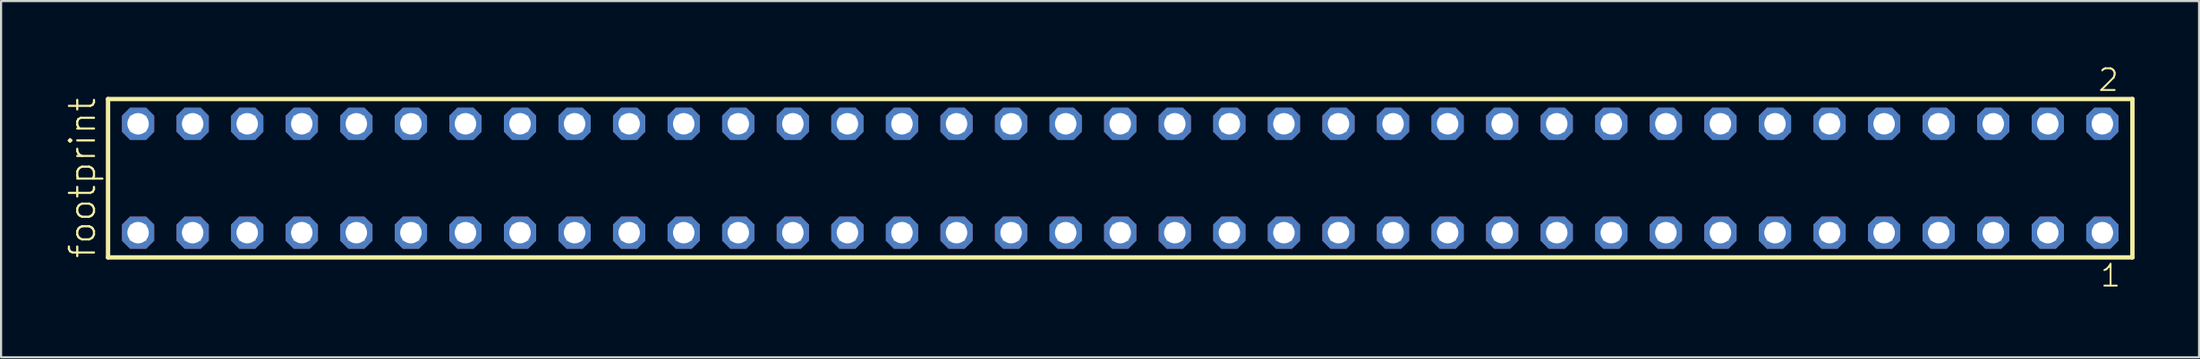
<source format=kicad_pcb>
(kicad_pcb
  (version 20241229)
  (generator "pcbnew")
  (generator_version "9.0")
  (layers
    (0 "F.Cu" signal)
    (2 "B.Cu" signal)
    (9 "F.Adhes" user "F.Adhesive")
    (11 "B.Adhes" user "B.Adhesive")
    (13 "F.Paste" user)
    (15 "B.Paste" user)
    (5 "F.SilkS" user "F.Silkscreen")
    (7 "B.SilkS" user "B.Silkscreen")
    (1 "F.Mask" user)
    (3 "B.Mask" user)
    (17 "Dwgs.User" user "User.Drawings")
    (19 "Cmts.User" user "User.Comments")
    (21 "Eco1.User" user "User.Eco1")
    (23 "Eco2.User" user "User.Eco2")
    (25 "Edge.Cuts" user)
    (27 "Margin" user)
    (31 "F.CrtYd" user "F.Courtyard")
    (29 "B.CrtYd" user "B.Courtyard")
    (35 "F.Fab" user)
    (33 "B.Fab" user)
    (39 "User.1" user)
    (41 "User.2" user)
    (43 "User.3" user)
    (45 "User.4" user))
  (footprint "footprint"
    (layer "F.Cu")
    (at 49.098 5.265)
    (property "Reference" "footprint" (at -47.625 3.81 90) (layer "F.SilkS") (effects (font (size 1.168 1.168) (thickness 0.102)) (justify left bottom)))
    (fp_line (start -47.119 -3.695) (end 47.119 -3.695) (stroke (width 0.203) (type solid)) (layer "F.SilkS"))
    (fp_line (start -47.119 3.695) (end -47.119 -3.695) (stroke (width 0.203) (type solid)) (layer "F.SilkS"))
    (fp_line (start 47.119 -3.695) (end 47.119 3.695) (stroke (width 0.203) (type solid)) (layer "F.SilkS"))
    (fp_line (start 47.119 3.695) (end -47.119 3.695) (stroke (width 0.203) (type solid)) (layer "F.SilkS"))
    (fp_poly (pts (xy -46.07 -2.19) (xy -45.37 -2.19) (xy -45.37 -2.89) (xy -46.07 -2.89)) (stroke (width 0.1) (type solid)) (fill no) (layer "F.Fab"))
    (fp_poly (pts (xy -46.07 2.89) (xy -45.37 2.89) (xy -45.37 2.19) (xy -46.07 2.19)) (stroke (width 0.1) (type solid)) (fill no) (layer "F.Fab"))
    (fp_poly (pts (xy -43.53 -2.19) (xy -42.83 -2.19) (xy -42.83 -2.89) (xy -43.53 -2.89)) (stroke (width 0.1) (type solid)) (fill no) (layer "F.Fab"))
    (fp_poly (pts (xy -43.53 2.89) (xy -42.83 2.89) (xy -42.83 2.19) (xy -43.53 2.19)) (stroke (width 0.1) (type solid)) (fill no) (layer "F.Fab"))
    (fp_poly (pts (xy -40.99 -2.19) (xy -40.29 -2.19) (xy -40.29 -2.89) (xy -40.99 -2.89)) (stroke (width 0.1) (type solid)) (fill no) (layer "F.Fab"))
    (fp_poly (pts (xy -40.99 2.89) (xy -40.29 2.89) (xy -40.29 2.19) (xy -40.99 2.19)) (stroke (width 0.1) (type solid)) (fill no) (layer "F.Fab"))
    (fp_poly (pts (xy -38.45 -2.19) (xy -37.75 -2.19) (xy -37.75 -2.89) (xy -38.45 -2.89)) (stroke (width 0.1) (type solid)) (fill no) (layer "F.Fab"))
    (fp_poly (pts (xy -38.45 2.89) (xy -37.75 2.89) (xy -37.75 2.19) (xy -38.45 2.19)) (stroke (width 0.1) (type solid)) (fill no) (layer "F.Fab"))
    (fp_poly (pts (xy -35.91 -2.19) (xy -35.21 -2.19) (xy -35.21 -2.89) (xy -35.91 -2.89)) (stroke (width 0.1) (type solid)) (fill no) (layer "F.Fab"))
    (fp_poly (pts (xy -35.91 2.89) (xy -35.21 2.89) (xy -35.21 2.19) (xy -35.91 2.19)) (stroke (width 0.1) (type solid)) (fill no) (layer "F.Fab"))
    (fp_poly (pts (xy -33.37 -2.19) (xy -32.67 -2.19) (xy -32.67 -2.89) (xy -33.37 -2.89)) (stroke (width 0.1) (type solid)) (fill no) (layer "F.Fab"))
    (fp_poly (pts (xy -33.37 2.89) (xy -32.67 2.89) (xy -32.67 2.19) (xy -33.37 2.19)) (stroke (width 0.1) (type solid)) (fill no) (layer "F.Fab"))
    (fp_poly (pts (xy -30.83 -2.19) (xy -30.13 -2.19) (xy -30.13 -2.89) (xy -30.83 -2.89)) (stroke (width 0.1) (type solid)) (fill no) (layer "F.Fab"))
    (fp_poly (pts (xy -30.83 2.89) (xy -30.13 2.89) (xy -30.13 2.19) (xy -30.83 2.19)) (stroke (width 0.1) (type solid)) (fill no) (layer "F.Fab"))
    (fp_poly (pts (xy -28.29 -2.19) (xy -27.59 -2.19) (xy -27.59 -2.89) (xy -28.29 -2.89)) (stroke (width 0.1) (type solid)) (fill no) (layer "F.Fab"))
    (fp_poly (pts (xy -28.29 2.89) (xy -27.59 2.89) (xy -27.59 2.19) (xy -28.29 2.19)) (stroke (width 0.1) (type solid)) (fill no) (layer "F.Fab"))
    (fp_poly (pts (xy -25.75 -2.19) (xy -25.05 -2.19) (xy -25.05 -2.89) (xy -25.75 -2.89)) (stroke (width 0.1) (type solid)) (fill no) (layer "F.Fab"))
    (fp_poly (pts (xy -25.75 2.89) (xy -25.05 2.89) (xy -25.05 2.19) (xy -25.75 2.19)) (stroke (width 0.1) (type solid)) (fill no) (layer "F.Fab"))
    (fp_poly (pts (xy -23.21 -2.19) (xy -22.51 -2.19) (xy -22.51 -2.89) (xy -23.21 -2.89)) (stroke (width 0.1) (type solid)) (fill no) (layer "F.Fab"))
    (fp_poly (pts (xy -23.21 2.89) (xy -22.51 2.89) (xy -22.51 2.19) (xy -23.21 2.19)) (stroke (width 0.1) (type solid)) (fill no) (layer "F.Fab"))
    (fp_poly (pts (xy -20.67 -2.19) (xy -19.97 -2.19) (xy -19.97 -2.89) (xy -20.67 -2.89)) (stroke (width 0.1) (type solid)) (fill no) (layer "F.Fab"))
    (fp_poly (pts (xy -20.67 2.89) (xy -19.97 2.89) (xy -19.97 2.19) (xy -20.67 2.19)) (stroke (width 0.1) (type solid)) (fill no) (layer "F.Fab"))
    (fp_poly (pts (xy -18.13 -2.19) (xy -17.43 -2.19) (xy -17.43 -2.89) (xy -18.13 -2.89)) (stroke (width 0.1) (type solid)) (fill no) (layer "F.Fab"))
    (fp_poly (pts (xy -18.13 2.89) (xy -17.43 2.89) (xy -17.43 2.19) (xy -18.13 2.19)) (stroke (width 0.1) (type solid)) (fill no) (layer "F.Fab"))
    (fp_poly (pts (xy -15.59 -2.19) (xy -14.89 -2.19) (xy -14.89 -2.89) (xy -15.59 -2.89)) (stroke (width 0.1) (type solid)) (fill no) (layer "F.Fab"))
    (fp_poly (pts (xy -15.59 2.89) (xy -14.89 2.89) (xy -14.89 2.19) (xy -15.59 2.19)) (stroke (width 0.1) (type solid)) (fill no) (layer "F.Fab"))
    (fp_poly (pts (xy -13.05 -2.19) (xy -12.35 -2.19) (xy -12.35 -2.89) (xy -13.05 -2.89)) (stroke (width 0.1) (type solid)) (fill no) (layer "F.Fab"))
    (fp_poly (pts (xy -13.05 2.89) (xy -12.35 2.89) (xy -12.35 2.19) (xy -13.05 2.19)) (stroke (width 0.1) (type solid)) (fill no) (layer "F.Fab"))
    (fp_poly (pts (xy -10.51 -2.19) (xy -9.81 -2.19) (xy -9.81 -2.89) (xy -10.51 -2.89)) (stroke (width 0.1) (type solid)) (fill no) (layer "F.Fab"))
    (fp_poly (pts (xy -10.51 2.89) (xy -9.81 2.89) (xy -9.81 2.19) (xy -10.51 2.19)) (stroke (width 0.1) (type solid)) (fill no) (layer "F.Fab"))
    (fp_poly (pts (xy -7.97 -2.19) (xy -7.27 -2.19) (xy -7.27 -2.89) (xy -7.97 -2.89)) (stroke (width 0.1) (type solid)) (fill no) (layer "F.Fab"))
    (fp_poly (pts (xy -7.97 2.89) (xy -7.27 2.89) (xy -7.27 2.19) (xy -7.97 2.19)) (stroke (width 0.1) (type solid)) (fill no) (layer "F.Fab"))
    (fp_poly (pts (xy -5.43 -2.19) (xy -4.73 -2.19) (xy -4.73 -2.89) (xy -5.43 -2.89)) (stroke (width 0.1) (type solid)) (fill no) (layer "F.Fab"))
    (fp_poly (pts (xy -5.43 2.89) (xy -4.73 2.89) (xy -4.73 2.19) (xy -5.43 2.19)) (stroke (width 0.1) (type solid)) (fill no) (layer "F.Fab"))
    (fp_poly (pts (xy -2.89 -2.19) (xy -2.19 -2.19) (xy -2.19 -2.89) (xy -2.89 -2.89)) (stroke (width 0.1) (type solid)) (fill no) (layer "F.Fab"))
    (fp_poly (pts (xy -2.89 2.89) (xy -2.19 2.89) (xy -2.19 2.19) (xy -2.89 2.19)) (stroke (width 0.1) (type solid)) (fill no) (layer "F.Fab"))
    (fp_poly (pts (xy -0.35 -2.19) (xy 0.35 -2.19) (xy 0.35 -2.89) (xy -0.35 -2.89)) (stroke (width 0.1) (type solid)) (fill no) (layer "F.Fab"))
    (fp_poly (pts (xy -0.35 2.89) (xy 0.35 2.89) (xy 0.35 2.19) (xy -0.35 2.19)) (stroke (width 0.1) (type solid)) (fill no) (layer "F.Fab"))
    (fp_poly (pts (xy 2.19 -2.19) (xy 2.89 -2.19) (xy 2.89 -2.89) (xy 2.19 -2.89)) (stroke (width 0.1) (type solid)) (fill no) (layer "F.Fab"))
    (fp_poly (pts (xy 2.19 2.89) (xy 2.89 2.89) (xy 2.89 2.19) (xy 2.19 2.19)) (stroke (width 0.1) (type solid)) (fill no) (layer "F.Fab"))
    (fp_poly (pts (xy 4.73 -2.19) (xy 5.43 -2.19) (xy 5.43 -2.89) (xy 4.73 -2.89)) (stroke (width 0.1) (type solid)) (fill no) (layer "F.Fab"))
    (fp_poly (pts (xy 4.73 2.89) (xy 5.43 2.89) (xy 5.43 2.19) (xy 4.73 2.19)) (stroke (width 0.1) (type solid)) (fill no) (layer "F.Fab"))
    (fp_poly (pts (xy 7.27 -2.19) (xy 7.97 -2.19) (xy 7.97 -2.89) (xy 7.27 -2.89)) (stroke (width 0.1) (type solid)) (fill no) (layer "F.Fab"))
    (fp_poly (pts (xy 7.27 2.89) (xy 7.97 2.89) (xy 7.97 2.19) (xy 7.27 2.19)) (stroke (width 0.1) (type solid)) (fill no) (layer "F.Fab"))
    (fp_poly (pts (xy 9.81 -2.19) (xy 10.51 -2.19) (xy 10.51 -2.89) (xy 9.81 -2.89)) (stroke (width 0.1) (type solid)) (fill no) (layer "F.Fab"))
    (fp_poly (pts (xy 9.81 2.89) (xy 10.51 2.89) (xy 10.51 2.19) (xy 9.81 2.19)) (stroke (width 0.1) (type solid)) (fill no) (layer "F.Fab"))
    (fp_poly (pts (xy 12.35 -2.19) (xy 13.05 -2.19) (xy 13.05 -2.89) (xy 12.35 -2.89)) (stroke (width 0.1) (type solid)) (fill no) (layer "F.Fab"))
    (fp_poly (pts (xy 12.35 2.89) (xy 13.05 2.89) (xy 13.05 2.19) (xy 12.35 2.19)) (stroke (width 0.1) (type solid)) (fill no) (layer "F.Fab"))
    (fp_poly (pts (xy 14.89 -2.19) (xy 15.59 -2.19) (xy 15.59 -2.89) (xy 14.89 -2.89)) (stroke (width 0.1) (type solid)) (fill no) (layer "F.Fab"))
    (fp_poly (pts (xy 14.89 2.89) (xy 15.59 2.89) (xy 15.59 2.19) (xy 14.89 2.19)) (stroke (width 0.1) (type solid)) (fill no) (layer "F.Fab"))
    (fp_poly (pts (xy 17.43 -2.19) (xy 18.13 -2.19) (xy 18.13 -2.89) (xy 17.43 -2.89)) (stroke (width 0.1) (type solid)) (fill no) (layer "F.Fab"))
    (fp_poly (pts (xy 17.43 2.89) (xy 18.13 2.89) (xy 18.13 2.19) (xy 17.43 2.19)) (stroke (width 0.1) (type solid)) (fill no) (layer "F.Fab"))
    (fp_poly (pts (xy 19.97 -2.19) (xy 20.67 -2.19) (xy 20.67 -2.89) (xy 19.97 -2.89)) (stroke (width 0.1) (type solid)) (fill no) (layer "F.Fab"))
    (fp_poly (pts (xy 19.97 2.89) (xy 20.67 2.89) (xy 20.67 2.19) (xy 19.97 2.19)) (stroke (width 0.1) (type solid)) (fill no) (layer "F.Fab"))
    (fp_poly (pts (xy 22.51 -2.19) (xy 23.21 -2.19) (xy 23.21 -2.89) (xy 22.51 -2.89)) (stroke (width 0.1) (type solid)) (fill no) (layer "F.Fab"))
    (fp_poly (pts (xy 22.51 2.89) (xy 23.21 2.89) (xy 23.21 2.19) (xy 22.51 2.19)) (stroke (width 0.1) (type solid)) (fill no) (layer "F.Fab"))
    (fp_poly (pts (xy 25.05 -2.19) (xy 25.75 -2.19) (xy 25.75 -2.89) (xy 25.05 -2.89)) (stroke (width 0.1) (type solid)) (fill no) (layer "F.Fab"))
    (fp_poly (pts (xy 25.05 2.89) (xy 25.75 2.89) (xy 25.75 2.19) (xy 25.05 2.19)) (stroke (width 0.1) (type solid)) (fill no) (layer "F.Fab"))
    (fp_poly (pts (xy 27.59 -2.19) (xy 28.29 -2.19) (xy 28.29 -2.89) (xy 27.59 -2.89)) (stroke (width 0.1) (type solid)) (fill no) (layer "F.Fab"))
    (fp_poly (pts (xy 27.59 2.89) (xy 28.29 2.89) (xy 28.29 2.19) (xy 27.59 2.19)) (stroke (width 0.1) (type solid)) (fill no) (layer "F.Fab"))
    (fp_poly (pts (xy 30.13 -2.19) (xy 30.83 -2.19) (xy 30.83 -2.89) (xy 30.13 -2.89)) (stroke (width 0.1) (type solid)) (fill no) (layer "F.Fab"))
    (fp_poly (pts (xy 30.13 2.89) (xy 30.83 2.89) (xy 30.83 2.19) (xy 30.13 2.19)) (stroke (width 0.1) (type solid)) (fill no) (layer "F.Fab"))
    (fp_poly (pts (xy 32.67 -2.19) (xy 33.37 -2.19) (xy 33.37 -2.89) (xy 32.67 -2.89)) (stroke (width 0.1) (type solid)) (fill no) (layer "F.Fab"))
    (fp_poly (pts (xy 32.67 2.89) (xy 33.37 2.89) (xy 33.37 2.19) (xy 32.67 2.19)) (stroke (width 0.1) (type solid)) (fill no) (layer "F.Fab"))
    (fp_poly (pts (xy 35.21 -2.19) (xy 35.91 -2.19) (xy 35.91 -2.89) (xy 35.21 -2.89)) (stroke (width 0.1) (type solid)) (fill no) (layer "F.Fab"))
    (fp_poly (pts (xy 35.21 2.89) (xy 35.91 2.89) (xy 35.91 2.19) (xy 35.21 2.19)) (stroke (width 0.1) (type solid)) (fill no) (layer "F.Fab"))
    (fp_poly (pts (xy 37.75 -2.19) (xy 38.45 -2.19) (xy 38.45 -2.89) (xy 37.75 -2.89)) (stroke (width 0.1) (type solid)) (fill no) (layer "F.Fab"))
    (fp_poly (pts (xy 37.75 2.89) (xy 38.45 2.89) (xy 38.45 2.19) (xy 37.75 2.19)) (stroke (width 0.1) (type solid)) (fill no) (layer "F.Fab"))
    (fp_poly (pts (xy 40.29 -2.19) (xy 40.99 -2.19) (xy 40.99 -2.89) (xy 40.29 -2.89)) (stroke (width 0.1) (type solid)) (fill no) (layer "F.Fab"))
    (fp_poly (pts (xy 40.29 2.89) (xy 40.99 2.89) (xy 40.99 2.19) (xy 40.29 2.19)) (stroke (width 0.1) (type solid)) (fill no) (layer "F.Fab"))
    (fp_poly (pts (xy 42.83 -2.19) (xy 43.53 -2.19) (xy 43.53 -2.89) (xy 42.83 -2.89)) (stroke (width 0.1) (type solid)) (fill no) (layer "F.Fab"))
    (fp_poly (pts (xy 42.83 2.89) (xy 43.53 2.89) (xy 43.53 2.19) (xy 42.83 2.19)) (stroke (width 0.1) (type solid)) (fill no) (layer "F.Fab"))
    (fp_poly (pts (xy 45.37 -2.19) (xy 46.07 -2.19) (xy 46.07 -2.89) (xy 45.37 -2.89)) (stroke (width 0.1) (type solid)) (fill no) (layer "F.Fab"))
    (fp_poly (pts (xy 45.37 2.89) (xy 46.07 2.89) (xy 46.07 2.19) (xy 45.37 2.19)) (stroke (width 0.1) (type solid)) (fill no) (layer "F.Fab"))
    (fp_text user "1" (at 45.562 5.138 0) (layer "F.SilkS") (effects (font (size 1.012 1.012) (thickness 0.088)) (justify left bottom)))
    (fp_text user "2" (at 45.462 -3.989 0) (layer "F.SilkS") (effects (font (size 1.012 1.012) (thickness 0.088)) (justify left bottom)))
    (pad "1" thru_hole roundrect (at 45.72 2.54 180) (size 1.5 1.5) (drill 1) (layers "*.Cu" "*.Mask") (roundrect_rratio 0.25) (chamfer_ratio 0.25) (chamfer top_left top_right bottom_left bottom_right))
    (pad "2" thru_hole roundrect (at 45.72 -2.54 180) (size 1.5 1.5) (drill 1) (layers "*.Cu" "*.Mask") (roundrect_rratio 0.25) (chamfer_ratio 0.25) (chamfer top_left top_right bottom_left bottom_right))
    (pad "3" thru_hole roundrect (at 43.18 2.54 180) (size 1.5 1.5) (drill 1) (layers "*.Cu" "*.Mask") (roundrect_rratio 0.25) (chamfer_ratio 0.25) (chamfer top_left top_right bottom_left bottom_right))
    (pad "4" thru_hole roundrect (at 43.18 -2.54 180) (size 1.5 1.5) (drill 1) (layers "*.Cu" "*.Mask") (roundrect_rratio 0.25) (chamfer_ratio 0.25) (chamfer top_left top_right bottom_left bottom_right))
    (pad "5" thru_hole roundrect (at 40.64 2.54 180) (size 1.5 1.5) (drill 1) (layers "*.Cu" "*.Mask") (roundrect_rratio 0.25) (chamfer_ratio 0.25) (chamfer top_left top_right bottom_left bottom_right))
    (pad "6" thru_hole roundrect (at 40.64 -2.54 180) (size 1.5 1.5) (drill 1) (layers "*.Cu" "*.Mask") (roundrect_rratio 0.25) (chamfer_ratio 0.25) (chamfer top_left top_right bottom_left bottom_right))
    (pad "7" thru_hole roundrect (at 38.1 2.54 180) (size 1.5 1.5) (drill 1) (layers "*.Cu" "*.Mask") (roundrect_rratio 0.25) (chamfer_ratio 0.25) (chamfer top_left top_right bottom_left bottom_right))
    (pad "8" thru_hole roundrect (at 38.1 -2.54 180) (size 1.5 1.5) (drill 1) (layers "*.Cu" "*.Mask") (roundrect_rratio 0.25) (chamfer_ratio 0.25) (chamfer top_left top_right bottom_left bottom_right))
    (pad "9" thru_hole roundrect (at 35.56 2.54 180) (size 1.5 1.5) (drill 1) (layers "*.Cu" "*.Mask") (roundrect_rratio 0.25) (chamfer_ratio 0.25) (chamfer top_left top_right bottom_left bottom_right))
    (pad "10" thru_hole roundrect (at 35.56 -2.54 180) (size 1.5 1.5) (drill 1) (layers "*.Cu" "*.Mask") (roundrect_rratio 0.25) (chamfer_ratio 0.25) (chamfer top_left top_right bottom_left bottom_right))
    (pad "11" thru_hole roundrect (at 33.02 2.54 180) (size 1.5 1.5) (drill 1) (layers "*.Cu" "*.Mask") (roundrect_rratio 0.25) (chamfer_ratio 0.25) (chamfer top_left top_right bottom_left bottom_right))
    (pad "12" thru_hole roundrect (at 33.02 -2.54 180) (size 1.5 1.5) (drill 1) (layers "*.Cu" "*.Mask") (roundrect_rratio 0.25) (chamfer_ratio 0.25) (chamfer top_left top_right bottom_left bottom_right))
    (pad "13" thru_hole roundrect (at 30.48 2.54 180) (size 1.5 1.5) (drill 1) (layers "*.Cu" "*.Mask") (roundrect_rratio 0.25) (chamfer_ratio 0.25) (chamfer top_left top_right bottom_left bottom_right))
    (pad "14" thru_hole roundrect (at 30.48 -2.54 180) (size 1.5 1.5) (drill 1) (layers "*.Cu" "*.Mask") (roundrect_rratio 0.25) (chamfer_ratio 0.25) (chamfer top_left top_right bottom_left bottom_right))
    (pad "15" thru_hole roundrect (at 27.94 2.54 180) (size 1.5 1.5) (drill 1) (layers "*.Cu" "*.Mask") (roundrect_rratio 0.25) (chamfer_ratio 0.25) (chamfer top_left top_right bottom_left bottom_right))
    (pad "16" thru_hole roundrect (at 27.94 -2.54 180) (size 1.5 1.5) (drill 1) (layers "*.Cu" "*.Mask") (roundrect_rratio 0.25) (chamfer_ratio 0.25) (chamfer top_left top_right bottom_left bottom_right))
    (pad "17" thru_hole roundrect (at 25.4 2.54 180) (size 1.5 1.5) (drill 1) (layers "*.Cu" "*.Mask") (roundrect_rratio 0.25) (chamfer_ratio 0.25) (chamfer top_left top_right bottom_left bottom_right))
    (pad "18" thru_hole roundrect (at 25.4 -2.54 180) (size 1.5 1.5) (drill 1) (layers "*.Cu" "*.Mask") (roundrect_rratio 0.25) (chamfer_ratio 0.25) (chamfer top_left top_right bottom_left bottom_right))
    (pad "19" thru_hole roundrect (at 22.86 2.54 180) (size 1.5 1.5) (drill 1) (layers "*.Cu" "*.Mask") (roundrect_rratio 0.25) (chamfer_ratio 0.25) (chamfer top_left top_right bottom_left bottom_right))
    (pad "20" thru_hole roundrect (at 22.86 -2.54 180) (size 1.5 1.5) (drill 1) (layers "*.Cu" "*.Mask") (roundrect_rratio 0.25) (chamfer_ratio 0.25) (chamfer top_left top_right bottom_left bottom_right))
    (pad "21" thru_hole roundrect (at 20.32 2.54 180) (size 1.5 1.5) (drill 1) (layers "*.Cu" "*.Mask") (roundrect_rratio 0.25) (chamfer_ratio 0.25) (chamfer top_left top_right bottom_left bottom_right))
    (pad "22" thru_hole roundrect (at 20.32 -2.54 180) (size 1.5 1.5) (drill 1) (layers "*.Cu" "*.Mask") (roundrect_rratio 0.25) (chamfer_ratio 0.25) (chamfer top_left top_right bottom_left bottom_right))
    (pad "23" thru_hole roundrect (at 17.78 2.54 180) (size 1.5 1.5) (drill 1) (layers "*.Cu" "*.Mask") (roundrect_rratio 0.25) (chamfer_ratio 0.25) (chamfer top_left top_right bottom_left bottom_right))
    (pad "24" thru_hole roundrect (at 17.78 -2.54 180) (size 1.5 1.5) (drill 1) (layers "*.Cu" "*.Mask") (roundrect_rratio 0.25) (chamfer_ratio 0.25) (chamfer top_left top_right bottom_left bottom_right))
    (pad "25" thru_hole roundrect (at 15.24 2.54 180) (size 1.5 1.5) (drill 1) (layers "*.Cu" "*.Mask") (roundrect_rratio 0.25) (chamfer_ratio 0.25) (chamfer top_left top_right bottom_left bottom_right))
    (pad "26" thru_hole roundrect (at 15.24 -2.54 180) (size 1.5 1.5) (drill 1) (layers "*.Cu" "*.Mask") (roundrect_rratio 0.25) (chamfer_ratio 0.25) (chamfer top_left top_right bottom_left bottom_right))
    (pad "27" thru_hole roundrect (at 12.7 2.54 180) (size 1.5 1.5) (drill 1) (layers "*.Cu" "*.Mask") (roundrect_rratio 0.25) (chamfer_ratio 0.25) (chamfer top_left top_right bottom_left bottom_right))
    (pad "28" thru_hole roundrect (at 12.7 -2.54 180) (size 1.5 1.5) (drill 1) (layers "*.Cu" "*.Mask") (roundrect_rratio 0.25) (chamfer_ratio 0.25) (chamfer top_left top_right bottom_left bottom_right))
    (pad "29" thru_hole roundrect (at 10.16 2.54 180) (size 1.5 1.5) (drill 1) (layers "*.Cu" "*.Mask") (roundrect_rratio 0.25) (chamfer_ratio 0.25) (chamfer top_left top_right bottom_left bottom_right))
    (pad "30" thru_hole roundrect (at 10.16 -2.54 180) (size 1.5 1.5) (drill 1) (layers "*.Cu" "*.Mask") (roundrect_rratio 0.25) (chamfer_ratio 0.25) (chamfer top_left top_right bottom_left bottom_right))
    (pad "31" thru_hole roundrect (at 7.62 2.54 180) (size 1.5 1.5) (drill 1) (layers "*.Cu" "*.Mask") (roundrect_rratio 0.25) (chamfer_ratio 0.25) (chamfer top_left top_right bottom_left bottom_right))
    (pad "32" thru_hole roundrect (at 7.62 -2.54 180) (size 1.5 1.5) (drill 1) (layers "*.Cu" "*.Mask") (roundrect_rratio 0.25) (chamfer_ratio 0.25) (chamfer top_left top_right bottom_left bottom_right))
    (pad "33" thru_hole roundrect (at 5.08 2.54 180) (size 1.5 1.5) (drill 1) (layers "*.Cu" "*.Mask") (roundrect_rratio 0.25) (chamfer_ratio 0.25) (chamfer top_left top_right bottom_left bottom_right))
    (pad "34" thru_hole roundrect (at 5.08 -2.54 180) (size 1.5 1.5) (drill 1) (layers "*.Cu" "*.Mask") (roundrect_rratio 0.25) (chamfer_ratio 0.25) (chamfer top_left top_right bottom_left bottom_right))
    (pad "35" thru_hole roundrect (at 2.54 2.54 180) (size 1.5 1.5) (drill 1) (layers "*.Cu" "*.Mask") (roundrect_rratio 0.25) (chamfer_ratio 0.25) (chamfer top_left top_right bottom_left bottom_right))
    (pad "36" thru_hole roundrect (at 2.54 -2.54 180) (size 1.5 1.5) (drill 1) (layers "*.Cu" "*.Mask") (roundrect_rratio 0.25) (chamfer_ratio 0.25) (chamfer top_left top_right bottom_left bottom_right))
    (pad "37" thru_hole roundrect (at 0 2.54 180) (size 1.5 1.5) (drill 1) (layers "*.Cu" "*.Mask") (roundrect_rratio 0.25) (chamfer_ratio 0.25) (chamfer top_left top_right bottom_left bottom_right))
    (pad "38" thru_hole roundrect (at 0 -2.54 180) (size 1.5 1.5) (drill 1) (layers "*.Cu" "*.Mask") (roundrect_rratio 0.25) (chamfer_ratio 0.25) (chamfer top_left top_right bottom_left bottom_right))
    (pad "39" thru_hole roundrect (at -2.54 2.54 180) (size 1.5 1.5) (drill 1) (layers "*.Cu" "*.Mask") (roundrect_rratio 0.25) (chamfer_ratio 0.25) (chamfer top_left top_right bottom_left bottom_right))
    (pad "40" thru_hole roundrect (at -2.54 -2.54 180) (size 1.5 1.5) (drill 1) (layers "*.Cu" "*.Mask") (roundrect_rratio 0.25) (chamfer_ratio 0.25) (chamfer top_left top_right bottom_left bottom_right))
    (pad "41" thru_hole roundrect (at -5.08 2.54 180) (size 1.5 1.5) (drill 1) (layers "*.Cu" "*.Mask") (roundrect_rratio 0.25) (chamfer_ratio 0.25) (chamfer top_left top_right bottom_left bottom_right))
    (pad "42" thru_hole roundrect (at -5.08 -2.54 180) (size 1.5 1.5) (drill 1) (layers "*.Cu" "*.Mask") (roundrect_rratio 0.25) (chamfer_ratio 0.25) (chamfer top_left top_right bottom_left bottom_right))
    (pad "43" thru_hole roundrect (at -7.62 2.54 180) (size 1.5 1.5) (drill 1) (layers "*.Cu" "*.Mask") (roundrect_rratio 0.25) (chamfer_ratio 0.25) (chamfer top_left top_right bottom_left bottom_right))
    (pad "44" thru_hole roundrect (at -7.62 -2.54 180) (size 1.5 1.5) (drill 1) (layers "*.Cu" "*.Mask") (roundrect_rratio 0.25) (chamfer_ratio 0.25) (chamfer top_left top_right bottom_left bottom_right))
    (pad "45" thru_hole roundrect (at -10.16 2.54 180) (size 1.5 1.5) (drill 1) (layers "*.Cu" "*.Mask") (roundrect_rratio 0.25) (chamfer_ratio 0.25) (chamfer top_left top_right bottom_left bottom_right))
    (pad "46" thru_hole roundrect (at -10.16 -2.54 180) (size 1.5 1.5) (drill 1) (layers "*.Cu" "*.Mask") (roundrect_rratio 0.25) (chamfer_ratio 0.25) (chamfer top_left top_right bottom_left bottom_right))
    (pad "47" thru_hole roundrect (at -12.7 2.54 180) (size 1.5 1.5) (drill 1) (layers "*.Cu" "*.Mask") (roundrect_rratio 0.25) (chamfer_ratio 0.25) (chamfer top_left top_right bottom_left bottom_right))
    (pad "48" thru_hole roundrect (at -12.7 -2.54 180) (size 1.5 1.5) (drill 1) (layers "*.Cu" "*.Mask") (roundrect_rratio 0.25) (chamfer_ratio 0.25) (chamfer top_left top_right bottom_left bottom_right))
    (pad "49" thru_hole roundrect (at -15.24 2.54 180) (size 1.5 1.5) (drill 1) (layers "*.Cu" "*.Mask") (roundrect_rratio 0.25) (chamfer_ratio 0.25) (chamfer top_left top_right bottom_left bottom_right))
    (pad "50" thru_hole roundrect (at -15.24 -2.54 180) (size 1.5 1.5) (drill 1) (layers "*.Cu" "*.Mask") (roundrect_rratio 0.25) (chamfer_ratio 0.25) (chamfer top_left top_right bottom_left bottom_right))
    (pad "51" thru_hole roundrect (at -17.78 2.54 180) (size 1.5 1.5) (drill 1) (layers "*.Cu" "*.Mask") (roundrect_rratio 0.25) (chamfer_ratio 0.25) (chamfer top_left top_right bottom_left bottom_right))
    (pad "52" thru_hole roundrect (at -17.78 -2.54 180) (size 1.5 1.5) (drill 1) (layers "*.Cu" "*.Mask") (roundrect_rratio 0.25) (chamfer_ratio 0.25) (chamfer top_left top_right bottom_left bottom_right))
    (pad "53" thru_hole roundrect (at -20.32 2.54 180) (size 1.5 1.5) (drill 1) (layers "*.Cu" "*.Mask") (roundrect_rratio 0.25) (chamfer_ratio 0.25) (chamfer top_left top_right bottom_left bottom_right))
    (pad "54" thru_hole roundrect (at -20.32 -2.54 180) (size 1.5 1.5) (drill 1) (layers "*.Cu" "*.Mask") (roundrect_rratio 0.25) (chamfer_ratio 0.25) (chamfer top_left top_right bottom_left bottom_right))
    (pad "55" thru_hole roundrect (at -22.86 2.54 180) (size 1.5 1.5) (drill 1) (layers "*.Cu" "*.Mask") (roundrect_rratio 0.25) (chamfer_ratio 0.25) (chamfer top_left top_right bottom_left bottom_right))
    (pad "56" thru_hole roundrect (at -22.86 -2.54 180) (size 1.5 1.5) (drill 1) (layers "*.Cu" "*.Mask") (roundrect_rratio 0.25) (chamfer_ratio 0.25) (chamfer top_left top_right bottom_left bottom_right))
    (pad "57" thru_hole roundrect (at -25.4 2.54 180) (size 1.5 1.5) (drill 1) (layers "*.Cu" "*.Mask") (roundrect_rratio 0.25) (chamfer_ratio 0.25) (chamfer top_left top_right bottom_left bottom_right))
    (pad "58" thru_hole roundrect (at -25.4 -2.54 180) (size 1.5 1.5) (drill 1) (layers "*.Cu" "*.Mask") (roundrect_rratio 0.25) (chamfer_ratio 0.25) (chamfer top_left top_right bottom_left bottom_right))
    (pad "59" thru_hole roundrect (at -27.94 2.54 180) (size 1.5 1.5) (drill 1) (layers "*.Cu" "*.Mask") (roundrect_rratio 0.25) (chamfer_ratio 0.25) (chamfer top_left top_right bottom_left bottom_right))
    (pad "60" thru_hole roundrect (at -27.94 -2.54 180) (size 1.5 1.5) (drill 1) (layers "*.Cu" "*.Mask") (roundrect_rratio 0.25) (chamfer_ratio 0.25) (chamfer top_left top_right bottom_left bottom_right))
    (pad "61" thru_hole roundrect (at -30.48 2.54 180) (size 1.5 1.5) (drill 1) (layers "*.Cu" "*.Mask") (roundrect_rratio 0.25) (chamfer_ratio 0.25) (chamfer top_left top_right bottom_left bottom_right))
    (pad "62" thru_hole roundrect (at -30.48 -2.54 180) (size 1.5 1.5) (drill 1) (layers "*.Cu" "*.Mask") (roundrect_rratio 0.25) (chamfer_ratio 0.25) (chamfer top_left top_right bottom_left bottom_right))
    (pad "63" thru_hole roundrect (at -33.02 2.54 180) (size 1.5 1.5) (drill 1) (layers "*.Cu" "*.Mask") (roundrect_rratio 0.25) (chamfer_ratio 0.25) (chamfer top_left top_right bottom_left bottom_right))
    (pad "64" thru_hole roundrect (at -33.02 -2.54 180) (size 1.5 1.5) (drill 1) (layers "*.Cu" "*.Mask") (roundrect_rratio 0.25) (chamfer_ratio 0.25) (chamfer top_left top_right bottom_left bottom_right))
    (pad "65" thru_hole roundrect (at -35.56 2.54 180) (size 1.5 1.5) (drill 1) (layers "*.Cu" "*.Mask") (roundrect_rratio 0.25) (chamfer_ratio 0.25) (chamfer top_left top_right bottom_left bottom_right))
    (pad "66" thru_hole roundrect (at -35.56 -2.54 180) (size 1.5 1.5) (drill 1) (layers "*.Cu" "*.Mask") (roundrect_rratio 0.25) (chamfer_ratio 0.25) (chamfer top_left top_right bottom_left bottom_right))
    (pad "67" thru_hole roundrect (at -38.1 2.54 180) (size 1.5 1.5) (drill 1) (layers "*.Cu" "*.Mask") (roundrect_rratio 0.25) (chamfer_ratio 0.25) (chamfer top_left top_right bottom_left bottom_right))
    (pad "68" thru_hole roundrect (at -38.1 -2.54 180) (size 1.5 1.5) (drill 1) (layers "*.Cu" "*.Mask") (roundrect_rratio 0.25) (chamfer_ratio 0.25) (chamfer top_left top_right bottom_left bottom_right))
    (pad "69" thru_hole roundrect (at -40.64 2.54 180) (size 1.5 1.5) (drill 1) (layers "*.Cu" "*.Mask") (roundrect_rratio 0.25) (chamfer_ratio 0.25) (chamfer top_left top_right bottom_left bottom_right))
    (pad "70" thru_hole roundrect (at -40.64 -2.54 180) (size 1.5 1.5) (drill 1) (layers "*.Cu" "*.Mask") (roundrect_rratio 0.25) (chamfer_ratio 0.25) (chamfer top_left top_right bottom_left bottom_right))
    (pad "71" thru_hole roundrect (at -43.18 2.54 180) (size 1.5 1.5) (drill 1) (layers "*.Cu" "*.Mask") (roundrect_rratio 0.25) (chamfer_ratio 0.25) (chamfer top_left top_right bottom_left bottom_right))
    (pad "72" thru_hole roundrect (at -43.18 -2.54 180) (size 1.5 1.5) (drill 1) (layers "*.Cu" "*.Mask") (roundrect_rratio 0.25) (chamfer_ratio 0.25) (chamfer top_left top_right bottom_left bottom_right))
    (pad "73" thru_hole roundrect (at -45.72 2.54 180) (size 1.5 1.5) (drill 1) (layers "*.Cu" "*.Mask") (roundrect_rratio 0.25) (chamfer_ratio 0.25) (chamfer top_left top_right bottom_left bottom_right))
    (pad "74" thru_hole roundrect (at -45.72 -2.54 180) (size 1.5 1.5) (drill 1) (layers "*.Cu" "*.Mask") (roundrect_rratio 0.25) (chamfer_ratio 0.25) (chamfer top_left top_right bottom_left bottom_right)))
  (gr_rect
    (start -3 -3)
    (end 99.319 13.62)
    (stroke (width 0.1) (type default))
    (fill no)
    (layer "Edge.Cuts")))
</source>
